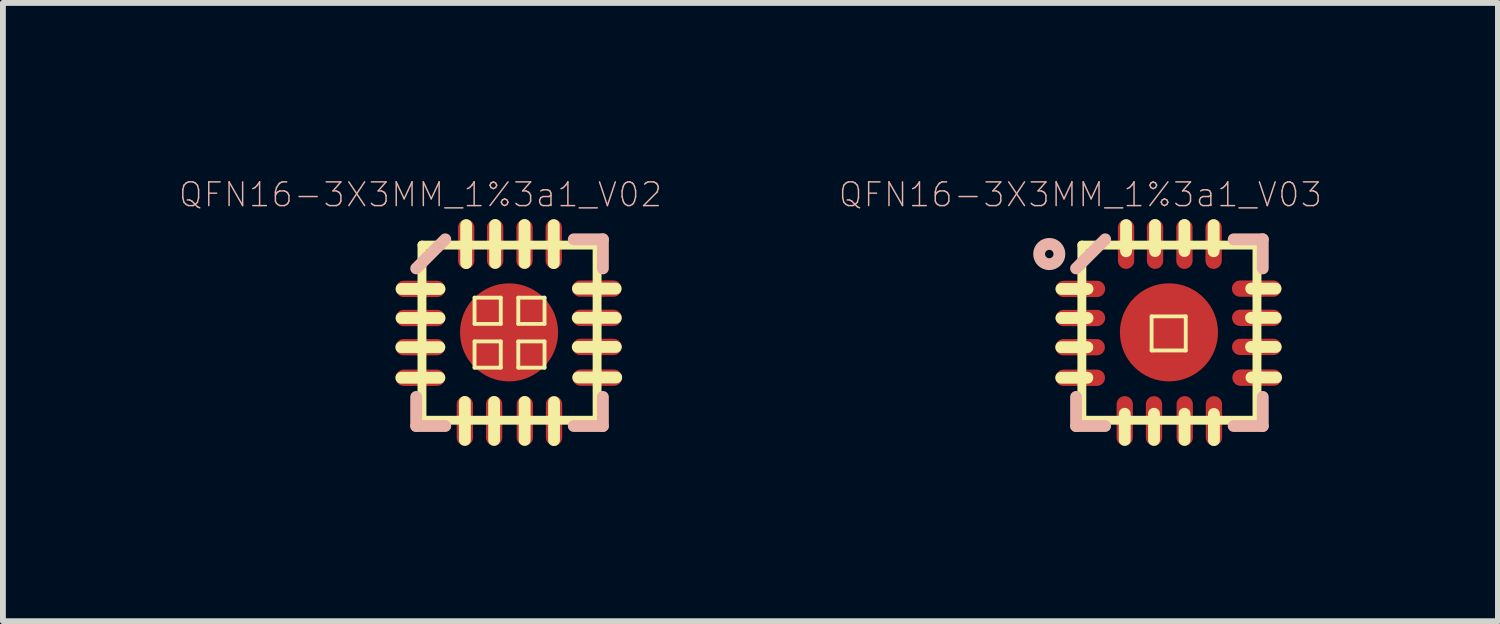
<source format=kicad_pcb>
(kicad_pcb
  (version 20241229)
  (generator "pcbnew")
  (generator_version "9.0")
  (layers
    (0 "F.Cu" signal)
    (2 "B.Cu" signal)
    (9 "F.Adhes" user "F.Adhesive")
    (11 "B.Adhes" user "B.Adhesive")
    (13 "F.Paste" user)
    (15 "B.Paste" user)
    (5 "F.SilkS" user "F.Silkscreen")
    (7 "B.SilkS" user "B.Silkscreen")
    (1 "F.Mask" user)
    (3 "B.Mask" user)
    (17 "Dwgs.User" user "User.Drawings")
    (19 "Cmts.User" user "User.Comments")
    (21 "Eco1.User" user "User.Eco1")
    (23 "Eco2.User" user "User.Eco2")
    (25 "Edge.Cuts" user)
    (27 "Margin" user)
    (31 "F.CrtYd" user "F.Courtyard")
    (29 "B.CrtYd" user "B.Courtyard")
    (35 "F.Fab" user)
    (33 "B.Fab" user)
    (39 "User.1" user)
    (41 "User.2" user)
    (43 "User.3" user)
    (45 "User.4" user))
  (footprint "QFN16-3X3MM_1%3a1_V02"
    (layer "F.Cu")
    (at 5.673 2.645)
    (property "Reference" "QFN16-3X3MM_1%3a1_V02" (at -1.524 -2.362 0) (layer "B.SilkS") (effects (font (size 0.406 0.406) (thickness 0.025))))
    (attr smd)
    (fp_line (start -1.852 0.249) (end -1.201 0.249) (stroke (width 0.203) (type solid)) (layer "F.SilkS"))
    (fp_line (start -1.852 0.772) (end -1.201 0.772) (stroke (width 0.203) (type solid)) (layer "F.SilkS"))
    (fp_line (start -1.849 -0.251) (end -1.199 -0.251) (stroke (width 0.203) (type solid)) (layer "F.SilkS"))
    (fp_line (start -1.499 -1.499) (end -1.499 1.499) (stroke (width 0.152) (type solid)) (layer "F.SilkS"))
    (fp_line (start -1.499 1.499) (end 1.499 1.499) (stroke (width 0.152) (type solid)) (layer "F.SilkS"))
    (fp_line (start -1.199 -0.749) (end -1.849 -0.749) (stroke (width 0.203) (type solid)) (layer "F.SilkS"))
    (fp_line (start -0.765 1.836) (end -0.765 1.186) (stroke (width 0.203) (type solid)) (layer "F.SilkS"))
    (fp_line (start -0.742 -1.841) (end -0.742 -1.191) (stroke (width 0.203) (type solid)) (layer "F.SilkS"))
    (fp_line (start -0.599 -0.599) (end -0.15 -0.599) (stroke (width 0.066) (type solid)) (layer "F.SilkS"))
    (fp_line (start -0.599 -0.15) (end -0.599 -0.599) (stroke (width 0.066) (type solid)) (layer "F.SilkS"))
    (fp_line (start -0.599 -0.15) (end -0.15 -0.15) (stroke (width 0.066) (type solid)) (layer "F.SilkS"))
    (fp_line (start -0.599 0.15) (end -0.15 0.15) (stroke (width 0.066) (type solid)) (layer "F.SilkS"))
    (fp_line (start -0.599 0.599) (end -0.599 0.15) (stroke (width 0.066) (type solid)) (layer "F.SilkS"))
    (fp_line (start -0.599 0.599) (end -0.15 0.599) (stroke (width 0.066) (type solid)) (layer "F.SilkS"))
    (fp_line (start -0.264 1.836) (end -0.264 1.186) (stroke (width 0.203) (type solid)) (layer "F.SilkS"))
    (fp_line (start -0.246 -1.844) (end -0.246 -1.194) (stroke (width 0.203) (type solid)) (layer "F.SilkS"))
    (fp_line (start -0.15 -0.15) (end -0.15 -0.599) (stroke (width 0.066) (type solid)) (layer "F.SilkS"))
    (fp_line (start -0.15 0.599) (end -0.15 0.15) (stroke (width 0.066) (type solid)) (layer "F.SilkS"))
    (fp_line (start 0.15 -0.599) (end 0.599 -0.599) (stroke (width 0.066) (type solid)) (layer "F.SilkS"))
    (fp_line (start 0.15 -0.15) (end 0.15 -0.599) (stroke (width 0.066) (type solid)) (layer "F.SilkS"))
    (fp_line (start 0.15 -0.15) (end 0.599 -0.15) (stroke (width 0.066) (type solid)) (layer "F.SilkS"))
    (fp_line (start 0.15 0.15) (end 0.599 0.15) (stroke (width 0.066) (type solid)) (layer "F.SilkS"))
    (fp_line (start 0.15 0.599) (end 0.15 0.15) (stroke (width 0.066) (type solid)) (layer "F.SilkS"))
    (fp_line (start 0.15 0.599) (end 0.599 0.599) (stroke (width 0.066) (type solid)) (layer "F.SilkS"))
    (fp_line (start 0.257 -1.844) (end 0.257 -1.194) (stroke (width 0.203) (type solid)) (layer "F.SilkS"))
    (fp_line (start 0.259 1.836) (end 0.259 1.186) (stroke (width 0.203) (type solid)) (layer "F.SilkS"))
    (fp_line (start 0.599 -0.15) (end 0.599 -0.599) (stroke (width 0.066) (type solid)) (layer "F.SilkS"))
    (fp_line (start 0.599 0.599) (end 0.599 0.15) (stroke (width 0.066) (type solid)) (layer "F.SilkS"))
    (fp_line (start 0.757 -1.841) (end 0.757 -1.191) (stroke (width 0.203) (type solid)) (layer "F.SilkS"))
    (fp_line (start 0.762 1.839) (end 0.762 1.189) (stroke (width 0.203) (type solid)) (layer "F.SilkS"))
    (fp_line (start 1.499 -1.499) (end -1.499 -1.499) (stroke (width 0.152) (type solid)) (layer "F.SilkS"))
    (fp_line (start 1.499 1.499) (end 1.499 -1.499) (stroke (width 0.152) (type solid)) (layer "F.SilkS"))
    (fp_line (start 1.816 -0.754) (end 1.171 -0.754) (stroke (width 0.203) (type solid)) (layer "F.SilkS"))
    (fp_line (start 1.819 -0.254) (end 1.168 -0.254) (stroke (width 0.203) (type solid)) (layer "F.SilkS"))
    (fp_line (start 1.819 0.244) (end 1.168 0.244) (stroke (width 0.203) (type solid)) (layer "F.SilkS"))
    (fp_line (start 1.826 0.767) (end 1.176 0.767) (stroke (width 0.203) (type solid)) (layer "F.SilkS"))
    (fp_line (start -1.598 -1.1) (end -1.1 -1.598) (stroke (width 0.203) (type solid)) (layer "B.SilkS"))
    (fp_line (start -1.598 1.598) (end -1.598 1.1) (stroke (width 0.203) (type solid)) (layer "B.SilkS"))
    (fp_line (start -1.1 1.598) (end -1.598 1.598) (stroke (width 0.203) (type solid)) (layer "B.SilkS"))
    (fp_line (start 1.1 -1.598) (end 1.598 -1.598) (stroke (width 0.203) (type solid)) (layer "B.SilkS"))
    (fp_line (start 1.598 -1.598) (end 1.598 -1.1) (stroke (width 0.203) (type solid)) (layer "B.SilkS"))
    (fp_line (start 1.598 1.1) (end 1.598 1.598) (stroke (width 0.203) (type solid)) (layer "B.SilkS"))
    (fp_line (start 1.598 1.598) (end 1.1 1.598) (stroke (width 0.203) (type solid)) (layer "B.SilkS"))
    (pad "1" smd oval (at -1.524 -0.749) (size 0.848 0.279) (layers "F.Cu" "F.Mask" "F.Paste"))
    (pad "2" smd oval (at -1.524 -0.251) (size 0.848 0.279) (layers "F.Cu" "F.Mask" "F.Paste"))
    (pad "3" smd oval (at -1.529 0.249) (size 0.848 0.279) (layers "F.Cu" "F.Mask" "F.Paste"))
    (pad "4" smd oval (at -1.527 0.772) (size 0.848 0.279) (layers "F.Cu" "F.Mask" "F.Paste"))
    (pad "5" smd oval (at -0.765 1.511 90) (size 0.848 0.279) (layers "F.Cu" "F.Mask" "F.Paste"))
    (pad "6" smd oval (at -0.264 1.511 90) (size 0.848 0.279) (layers "F.Cu" "F.Mask" "F.Paste"))
    (pad "7" smd oval (at 0.262 1.511 90) (size 0.848 0.279) (layers "F.Cu" "F.Mask" "F.Paste"))
    (pad "8" smd oval (at 0.762 1.511 90) (size 0.848 0.279) (layers "F.Cu" "F.Mask" "F.Paste"))
    (pad "9" smd oval (at 1.501 0.77 180) (size 0.848 0.279) (layers "F.Cu" "F.Mask" "F.Paste"))
    (pad "10" smd oval (at 1.496 0.244 180) (size 0.848 0.279) (layers "F.Cu" "F.Mask" "F.Paste"))
    (pad "11" smd oval (at 1.496 -0.254 180) (size 0.848 0.279) (layers "F.Cu" "F.Mask" "F.Paste"))
    (pad "12" smd oval (at 1.494 -0.754 180) (size 0.848 0.279) (layers "F.Cu" "F.Mask" "F.Paste"))
    (pad "13" smd oval (at 0.757 -1.516 270) (size 0.848 0.279) (layers "F.Cu" "F.Mask" "F.Paste"))
    (pad "14" smd oval (at 0.257 -1.516 270) (size 0.848 0.279) (layers "F.Cu" "F.Mask" "F.Paste"))
    (pad "15" smd oval (at -0.246 -1.516 270) (size 0.848 0.279) (layers "F.Cu" "F.Mask" "F.Paste"))
    (pad "16" smd oval (at -0.742 -1.516 270) (size 0.848 0.279) (layers "F.Cu" "F.Mask" "F.Paste"))
    (pad "EXT" smd oval (at -0.008 -0.005 180) (size 1.679 1.679) (layers "F.Cu" "F.Mask" "F.Paste")))
  (footprint "QFN16-3X3MM_1%3a1_V03"
    (layer "F.Cu")
    (at 16.97 2.645)
    (property "Reference" "QFN16-3X3MM_1%3a1_V03" (at -1.524 -2.362 0) (layer "B.SilkS") (effects (font (size 0.406 0.406) (thickness 0.025))))
    (attr smd)
    (fp_line (start -1.852 0.249) (end -1.405 0.249) (stroke (width 0.203) (type solid)) (layer "F.SilkS"))
    (fp_line (start -1.852 0.772) (end -1.405 0.772) (stroke (width 0.203) (type solid)) (layer "F.SilkS"))
    (fp_line (start -1.849 -0.251) (end -1.402 -0.251) (stroke (width 0.203) (type solid)) (layer "F.SilkS"))
    (fp_line (start -1.499 -1.499) (end -1.499 1.499) (stroke (width 0.152) (type solid)) (layer "F.SilkS"))
    (fp_line (start -1.499 1.499) (end 1.499 1.499) (stroke (width 0.152) (type solid)) (layer "F.SilkS"))
    (fp_line (start -1.402 -0.749) (end -1.849 -0.749) (stroke (width 0.203) (type solid)) (layer "F.SilkS"))
    (fp_line (start -0.765 1.836) (end -0.765 1.389) (stroke (width 0.203) (type solid)) (layer "F.SilkS"))
    (fp_line (start -0.742 -1.841) (end -0.742 -1.394) (stroke (width 0.203) (type solid)) (layer "F.SilkS"))
    (fp_line (start -0.305 -0.279) (end 0.279 -0.279) (stroke (width 0.066) (type solid)) (layer "F.SilkS"))
    (fp_line (start -0.305 0.305) (end -0.305 -0.279) (stroke (width 0.066) (type solid)) (layer "F.SilkS"))
    (fp_line (start -0.305 0.305) (end 0.279 0.305) (stroke (width 0.066) (type solid)) (layer "F.SilkS"))
    (fp_line (start -0.264 1.836) (end -0.264 1.389) (stroke (width 0.203) (type solid)) (layer "F.SilkS"))
    (fp_line (start -0.246 -1.844) (end -0.246 -1.397) (stroke (width 0.203) (type solid)) (layer "F.SilkS"))
    (fp_line (start 0.257 -1.844) (end 0.257 -1.397) (stroke (width 0.203) (type solid)) (layer "F.SilkS"))
    (fp_line (start 0.259 1.836) (end 0.259 1.389) (stroke (width 0.203) (type solid)) (layer "F.SilkS"))
    (fp_line (start 0.279 0.305) (end 0.279 -0.279) (stroke (width 0.066) (type solid)) (layer "F.SilkS"))
    (fp_line (start 0.757 -1.841) (end 0.757 -1.394) (stroke (width 0.203) (type solid)) (layer "F.SilkS"))
    (fp_line (start 0.762 1.839) (end 0.762 1.392) (stroke (width 0.203) (type solid)) (layer "F.SilkS"))
    (fp_line (start 1.499 -1.499) (end -1.499 -1.499) (stroke (width 0.152) (type solid)) (layer "F.SilkS"))
    (fp_line (start 1.499 1.499) (end 1.499 -1.499) (stroke (width 0.152) (type solid)) (layer "F.SilkS"))
    (fp_line (start 1.816 -0.754) (end 1.4 -0.754) (stroke (width 0.203) (type solid)) (layer "F.SilkS"))
    (fp_line (start 1.819 -0.254) (end 1.397 -0.254) (stroke (width 0.203) (type solid)) (layer "F.SilkS"))
    (fp_line (start 1.819 0.244) (end 1.397 0.244) (stroke (width 0.203) (type solid)) (layer "F.SilkS"))
    (fp_line (start 1.826 0.767) (end 1.405 0.767) (stroke (width 0.203) (type solid)) (layer "F.SilkS"))
    (fp_line (start -1.598 -1.1) (end -1.1 -1.598) (stroke (width 0.203) (type solid)) (layer "B.SilkS"))
    (fp_line (start -1.598 1.598) (end -1.598 1.1) (stroke (width 0.203) (type solid)) (layer "B.SilkS"))
    (fp_line (start -1.1 1.598) (end -1.598 1.598) (stroke (width 0.203) (type solid)) (layer "B.SilkS"))
    (fp_line (start 1.1 -1.598) (end 1.598 -1.598) (stroke (width 0.203) (type solid)) (layer "B.SilkS"))
    (fp_line (start 1.598 -1.598) (end 1.598 -1.1) (stroke (width 0.203) (type solid)) (layer "B.SilkS"))
    (fp_line (start 1.598 1.1) (end 1.598 1.598) (stroke (width 0.203) (type solid)) (layer "B.SilkS"))
    (fp_line (start 1.598 1.598) (end 1.1 1.598) (stroke (width 0.203) (type solid)) (layer "B.SilkS"))
    (fp_circle (center -2.057 -1.346) (end -2.108 -1.397) (stroke (width 0.203) (type solid)) (fill no) (layer "B.SilkS"))
    (pad "1" smd oval (at -1.524 -0.749) (size 0.848 0.279) (layers "F.Cu" "F.Mask" "F.Paste"))
    (pad "2" smd oval (at -1.524 -0.251) (size 0.848 0.279) (layers "F.Cu" "F.Mask" "F.Paste"))
    (pad "3" smd oval (at -1.529 0.249) (size 0.848 0.279) (layers "F.Cu" "F.Mask" "F.Paste"))
    (pad "4" smd oval (at -1.527 0.772) (size 0.848 0.279) (layers "F.Cu" "F.Mask" "F.Paste"))
    (pad "5" smd oval (at -0.765 1.511 90) (size 0.848 0.279) (layers "F.Cu" "F.Mask" "F.Paste"))
    (pad "6" smd oval (at -0.264 1.511 90) (size 0.848 0.279) (layers "F.Cu" "F.Mask" "F.Paste"))
    (pad "7" smd oval (at 0.262 1.511 90) (size 0.848 0.279) (layers "F.Cu" "F.Mask" "F.Paste"))
    (pad "8" smd oval (at 0.762 1.511 90) (size 0.848 0.279) (layers "F.Cu" "F.Mask" "F.Paste"))
    (pad "9" smd oval (at 1.501 0.77 180) (size 0.848 0.279) (layers "F.Cu" "F.Mask" "F.Paste"))
    (pad "10" smd oval (at 1.496 0.244 180) (size 0.848 0.279) (layers "F.Cu" "F.Mask" "F.Paste"))
    (pad "11" smd oval (at 1.496 -0.254 180) (size 0.848 0.279) (layers "F.Cu" "F.Mask" "F.Paste"))
    (pad "12" smd oval (at 1.494 -0.754 180) (size 0.848 0.279) (layers "F.Cu" "F.Mask" "F.Paste"))
    (pad "13" smd oval (at 0.757 -1.516 270) (size 0.848 0.279) (layers "F.Cu" "F.Mask" "F.Paste"))
    (pad "14" smd oval (at 0.257 -1.516 270) (size 0.848 0.279) (layers "F.Cu" "F.Mask" "F.Paste"))
    (pad "15" smd oval (at -0.246 -1.516 270) (size 0.848 0.279) (layers "F.Cu" "F.Mask" "F.Paste"))
    (pad "16" smd oval (at -0.742 -1.516 270) (size 0.848 0.279) (layers "F.Cu" "F.Mask" "F.Paste"))
    (pad "EXT" smd oval (at -0.008 -0.005 180) (size 1.679 1.679) (layers "F.Cu" "F.Mask" "F.Paste")))
  (gr_rect
    (start -3 -3)
    (end 22.594 7.585)
    (stroke (width 0.1) (type default))
    (fill no)
    (layer "Edge.Cuts")))
</source>
